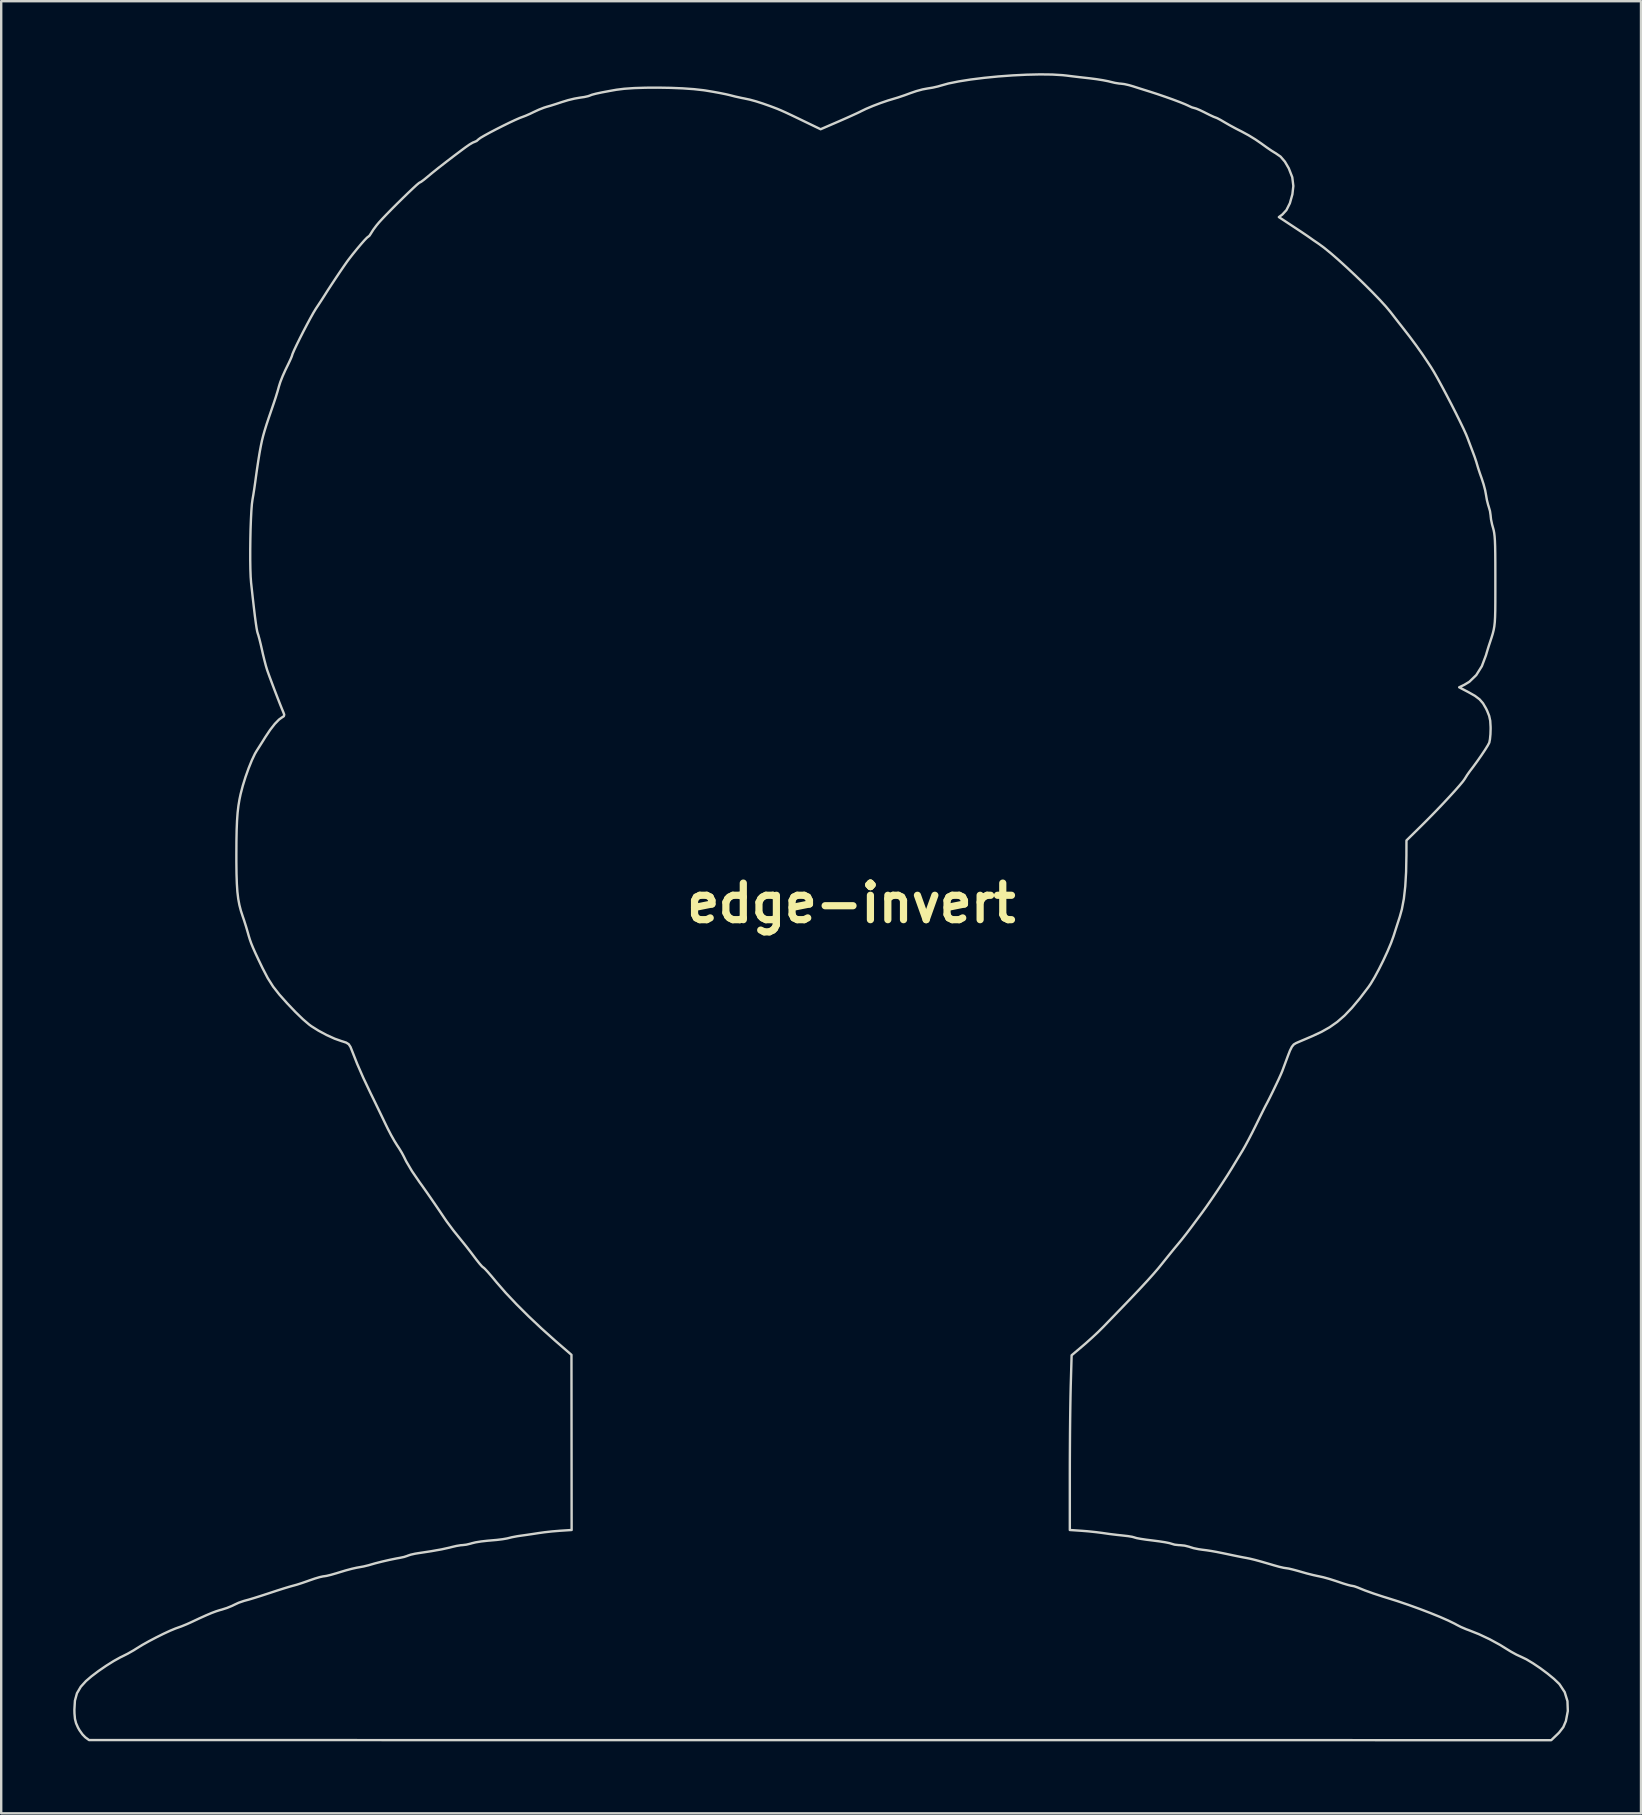
<source format=kicad_pcb>
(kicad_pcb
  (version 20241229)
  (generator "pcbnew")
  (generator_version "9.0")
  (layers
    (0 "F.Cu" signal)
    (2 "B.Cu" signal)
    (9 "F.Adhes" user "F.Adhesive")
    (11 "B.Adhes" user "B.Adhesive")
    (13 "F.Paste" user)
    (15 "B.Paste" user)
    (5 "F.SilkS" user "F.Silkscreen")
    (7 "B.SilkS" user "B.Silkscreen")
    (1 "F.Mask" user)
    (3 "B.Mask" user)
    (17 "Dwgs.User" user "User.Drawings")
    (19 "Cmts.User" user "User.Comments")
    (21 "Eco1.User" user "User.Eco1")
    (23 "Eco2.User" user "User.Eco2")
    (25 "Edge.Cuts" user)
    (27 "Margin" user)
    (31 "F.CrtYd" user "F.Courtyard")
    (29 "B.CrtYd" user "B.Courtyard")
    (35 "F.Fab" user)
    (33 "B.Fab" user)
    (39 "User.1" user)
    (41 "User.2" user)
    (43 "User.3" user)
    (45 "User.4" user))
  (footprint "edge-invert"
    (layer "F.Cu")
    (at 32.425 34.586)
    (property "Reference" "edge-invert" (at 0 0 0) (layer "F.SilkS") (effects (font (size 1.524 1.524) (thickness 0.3))))
    (attr board_only exclude_from_pos_files exclude_from_bom)
    (fp_poly (pts (xy 8.372 -34.53) (xy 8.808 -34.504) (xy 8.966 -34.487) (xy 9.207 -34.457) (xy 9.508 -34.421) (xy 9.817 -34.386) (xy 9.928 -34.374) (xy 10.209 -34.338) (xy 10.484 -34.294) (xy 10.709 -34.25) (xy 10.785 -34.231) (xy 10.986 -34.183) (xy 11.168 -34.154) (xy 11.238 -34.149) (xy 11.379 -34.132) (xy 11.577 -34.087) (xy 11.738 -34.04) (xy 11.987 -33.96) (xy 12.269 -33.871) (xy 12.445 -33.816) (xy 12.757 -33.715) (xy 13.084 -33.603) (xy 13.402 -33.49) (xy 13.686 -33.383) (xy 13.912 -33.292) (xy 14.056 -33.227) (xy 14.058 -33.225) (xy 14.195 -33.162) (xy 14.297 -33.133) (xy 14.301 -33.133) (xy 14.384 -33.108) (xy 14.536 -33.043) (xy 14.727 -32.951) (xy 14.757 -32.935) (xy 14.946 -32.841) (xy 15.096 -32.771) (xy 15.18 -32.739) (xy 15.185 -32.738) (xy 15.254 -32.71) (xy 15.388 -32.639) (xy 15.554 -32.542) (xy 15.773 -32.416) (xy 16.037 -32.273) (xy 16.292 -32.143) (xy 16.297 -32.14) (xy 16.557 -31.999) (xy 16.844 -31.823) (xy 17.099 -31.648) (xy 17.112 -31.638) (xy 17.316 -31.491) (xy 17.506 -31.361) (xy 17.65 -31.271) (xy 17.678 -31.256) (xy 17.889 -31.11) (xy 18.071 -30.899) (xy 18.233 -30.621) (xy 18.378 -30.25) (xy 18.423 -29.886) (xy 18.383 -29.537) (xy 18.278 -29.166) (xy 18.134 -28.88) (xy 17.963 -28.694) (xy 17.82 -28.589) (xy 18.004 -28.469) (xy 18.423 -28.193) (xy 18.75 -27.977) (xy 18.984 -27.819) (xy 19.121 -27.724) (xy 19.257 -27.627) (xy 19.43 -27.51) (xy 19.488 -27.47) (xy 19.705 -27.311) (xy 19.983 -27.084) (xy 20.305 -26.804) (xy 20.655 -26.486) (xy 21.019 -26.145) (xy 21.379 -25.797) (xy 21.72 -25.457) (xy 22.026 -25.14) (xy 22.281 -24.861) (xy 22.467 -24.638) (xy 22.626 -24.433) (xy 22.807 -24.2) (xy 22.925 -24.051) (xy 23.26 -23.62) (xy 23.547 -23.234) (xy 23.815 -22.855) (xy 24.089 -22.444) (xy 24.163 -22.331) (xy 24.283 -22.134) (xy 24.437 -21.863) (xy 24.615 -21.536) (xy 24.808 -21.173) (xy 25.005 -20.795) (xy 25.195 -20.421) (xy 25.369 -20.07) (xy 25.517 -19.763) (xy 25.627 -19.52) (xy 25.68 -19.389) (xy 25.764 -19.165) (xy 25.859 -18.913) (xy 25.904 -18.796) (xy 25.982 -18.586) (xy 26.049 -18.384) (xy 26.077 -18.288) (xy 26.123 -18.134) (xy 26.193 -17.921) (xy 26.273 -17.695) (xy 26.352 -17.452) (xy 26.417 -17.204) (xy 26.451 -17.018) (xy 26.489 -16.799) (xy 26.543 -16.585) (xy 26.564 -16.523) (xy 26.618 -16.336) (xy 26.644 -16.156) (xy 26.645 -16.137) (xy 26.662 -15.985) (xy 26.705 -15.781) (xy 26.744 -15.644) (xy 26.771 -15.543) (xy 26.793 -15.428) (xy 26.81 -15.286) (xy 26.823 -15.103) (xy 26.832 -14.867) (xy 26.837 -14.563) (xy 26.84 -14.18) (xy 26.841 -13.703) (xy 26.841 -13.434) (xy 26.841 -12.925) (xy 26.84 -12.514) (xy 26.837 -12.185) (xy 26.83 -11.923) (xy 26.818 -11.712) (xy 26.799 -11.536) (xy 26.771 -11.382) (xy 26.734 -11.233) (xy 26.685 -11.073) (xy 26.624 -10.888) (xy 26.579 -10.753) (xy 26.527 -10.589) (xy 26.467 -10.389) (xy 26.45 -10.329) (xy 26.278 -9.873) (xy 26.045 -9.502) (xy 25.756 -9.223) (xy 25.549 -9.098) (xy 25.334 -8.994) (xy 25.721 -8.791) (xy 25.991 -8.638) (xy 26.183 -8.493) (xy 26.327 -8.327) (xy 26.452 -8.112) (xy 26.499 -8.015) (xy 26.583 -7.805) (xy 26.628 -7.598) (xy 26.643 -7.344) (xy 26.644 -7.271) (xy 26.637 -7.039) (xy 26.617 -6.832) (xy 26.59 -6.693) (xy 26.587 -6.685) (xy 26.527 -6.572) (xy 26.414 -6.39) (xy 26.263 -6.164) (xy 26.089 -5.915) (xy 25.907 -5.666) (xy 25.786 -5.508) (xy 25.671 -5.346) (xy 25.572 -5.187) (xy 25.572 -5.186) (xy 25.494 -5.076) (xy 25.348 -4.901) (xy 25.145 -4.671) (xy 24.898 -4.401) (xy 24.619 -4.103) (xy 24.318 -3.789) (xy 24.009 -3.474) (xy 23.717 -3.183) (xy 23.137 -2.613) (xy 23.135 -1.998) (xy 23.122 -1.299) (xy 23.087 -0.698) (xy 23.029 -0.184) (xy 22.946 0.255) (xy 22.86 0.564) (xy 22.773 0.832) (xy 22.688 1.095) (xy 22.619 1.312) (xy 22.596 1.383) (xy 22.491 1.672) (xy 22.346 2.015) (xy 22.175 2.383) (xy 21.992 2.749) (xy 21.812 3.084) (xy 21.648 3.359) (xy 21.561 3.487) (xy 21.195 3.967) (xy 20.866 4.361) (xy 20.557 4.685) (xy 20.253 4.95) (xy 19.936 5.173) (xy 19.592 5.367) (xy 19.218 5.541) (xy 18.976 5.645) (xy 18.755 5.739) (xy 18.588 5.81) (xy 18.532 5.835) (xy 18.44 5.891) (xy 18.362 5.987) (xy 18.282 6.146) (xy 18.201 6.354) (xy 18.113 6.592) (xy 18.029 6.817) (xy 17.966 6.987) (xy 17.957 7.01) (xy 17.902 7.14) (xy 17.81 7.343) (xy 17.693 7.589) (xy 17.566 7.853) (xy 17.442 8.104) (xy 17.335 8.315) (xy 17.269 8.438) (xy 17.222 8.529) (xy 17.137 8.699) (xy 17.024 8.927) (xy 16.896 9.188) (xy 16.862 9.257) (xy 16.713 9.555) (xy 16.558 9.854) (xy 16.415 10.12) (xy 16.301 10.32) (xy 16.295 10.329) (xy 16.144 10.578) (xy 15.978 10.852) (xy 15.857 11.053) (xy 15.686 11.327) (xy 15.472 11.658) (xy 15.236 12.014) (xy 14.999 12.363) (xy 14.782 12.675) (xy 14.635 12.879) (xy 14.474 13.096) (xy 14.288 13.346) (xy 14.132 13.556) (xy 13.957 13.786) (xy 13.762 14.033) (xy 13.605 14.224) (xy 13.452 14.407) (xy 13.261 14.642) (xy 13.061 14.89) (xy 12.962 15.014) (xy 12.788 15.228) (xy 12.579 15.47) (xy 12.327 15.75) (xy 12.023 16.078) (xy 11.658 16.463) (xy 11.223 16.915) (xy 11.116 17.025) (xy 10.935 17.213) (xy 10.718 17.436) (xy 10.51 17.652) (xy 10.487 17.675) (xy 10.287 17.873) (xy 10.039 18.105) (xy 9.784 18.334) (xy 9.662 18.439) (xy 9.183 18.844) (xy 9.145 20.161) (xy 9.137 20.525) (xy 9.129 20.98) (xy 9.122 21.502) (xy 9.116 22.07) (xy 9.112 22.66) (xy 9.109 23.25) (xy 9.108 23.8) (xy 9.108 26.124) (xy 9.603 26.157) (xy 9.894 26.181) (xy 10.203 26.214) (xy 10.468 26.248) (xy 10.494 26.252) (xy 10.767 26.291) (xy 11.079 26.329) (xy 11.316 26.354) (xy 11.532 26.379) (xy 11.707 26.408) (xy 11.808 26.436) (xy 11.814 26.439) (xy 11.897 26.463) (xy 12.066 26.494) (xy 12.299 26.529) (xy 12.565 26.562) (xy 12.84 26.598) (xy 13.08 26.635) (xy 13.259 26.671) (xy 13.35 26.698) (xy 13.474 26.735) (xy 13.648 26.754) (xy 13.688 26.755) (xy 13.891 26.775) (xy 14.083 26.823) (xy 14.104 26.831) (xy 14.264 26.881) (xy 14.48 26.925) (xy 14.625 26.946) (xy 14.814 26.97) (xy 15.004 26.999) (xy 15.223 27.038) (xy 15.496 27.093) (xy 15.85 27.167) (xy 15.896 27.177) (xy 16.123 27.224) (xy 16.336 27.266) (xy 16.462 27.289) (xy 16.618 27.32) (xy 16.82 27.369) (xy 17.084 27.441) (xy 17.429 27.541) (xy 17.622 27.598) (xy 17.833 27.657) (xy 18.015 27.699) (xy 18.128 27.716) (xy 18.131 27.716) (xy 18.235 27.732) (xy 18.414 27.775) (xy 18.636 27.835) (xy 18.725 27.861) (xy 18.985 27.935) (xy 19.243 28) (xy 19.451 28.046) (xy 19.488 28.053) (xy 19.674 28.094) (xy 19.922 28.163) (xy 20.185 28.247) (xy 20.266 28.274) (xy 20.494 28.351) (xy 20.688 28.41) (xy 20.82 28.444) (xy 20.852 28.448) (xy 20.964 28.47) (xy 21.113 28.523) (xy 21.12 28.527) (xy 21.407 28.643) (xy 21.77 28.773) (xy 22.176 28.906) (xy 22.345 28.958) (xy 22.778 29.094) (xy 23.234 29.249) (xy 23.693 29.415) (xy 24.134 29.584) (xy 24.538 29.748) (xy 24.883 29.9) (xy 25.149 30.03) (xy 25.234 30.077) (xy 25.408 30.166) (xy 25.626 30.259) (xy 25.743 30.302) (xy 26.155 30.465) (xy 26.601 30.675) (xy 27.029 30.908) (xy 27.273 31.059) (xy 27.494 31.195) (xy 27.721 31.319) (xy 27.905 31.404) (xy 27.91 31.406) (xy 28.136 31.514) (xy 28.414 31.681) (xy 28.717 31.885) (xy 29.016 32.108) (xy 29.284 32.328) (xy 29.491 32.526) (xy 29.52 32.559) (xy 29.732 32.883) (xy 29.846 33.257) (xy 29.861 33.668) (xy 29.781 34.086) (xy 29.673 34.34) (xy 29.496 34.568) (xy 29.431 34.633) (xy 29.17 34.883) (xy -1.297 34.881) (xy -31.764 34.879) (xy -31.922 34.762) (xy -32.038 34.643) (xy -32.162 34.469) (xy -32.225 34.358) (xy -32.305 34.177) (xy -32.351 33.996) (xy -32.371 33.772) (xy -32.375 33.615) (xy -32.353 33.237) (xy -32.268 32.928) (xy -32.108 32.656) (xy -31.893 32.42) (xy -31.665 32.224) (xy -31.373 32.003) (xy -31.051 31.782) (xy -30.734 31.583) (xy -30.456 31.429) (xy -30.388 31.397) (xy -30.155 31.28) (xy -29.902 31.136) (xy -29.756 31.044) (xy -29.543 30.913) (xy -29.271 30.761) (xy -28.968 30.602) (xy -28.663 30.45) (xy -28.384 30.321) (xy -28.16 30.228) (xy -28.084 30.201) (xy -27.91 30.139) (xy -27.69 30.049) (xy -27.521 29.973) (xy -27.157 29.802) (xy -26.873 29.674) (xy -26.65 29.58) (xy -26.468 29.512) (xy -26.307 29.461) (xy -26.238 29.443) (xy -26.018 29.373) (xy -25.805 29.286) (xy -25.724 29.246) (xy -25.531 29.156) (xy -25.307 29.079) (xy -25.244 29.062) (xy -25.09 29.02) (xy -24.858 28.95) (xy -24.577 28.861) (xy -24.276 28.763) (xy -24.212 28.742) (xy -23.918 28.645) (xy -23.647 28.559) (xy -23.423 28.491) (xy -23.274 28.449) (xy -23.25 28.443) (xy -23.105 28.403) (xy -22.893 28.335) (xy -22.654 28.252) (xy -22.582 28.226) (xy -22.352 28.147) (xy -22.15 28.087) (xy -22.007 28.056) (xy -21.976 28.053) (xy -21.864 28.036) (xy -21.677 27.99) (xy -21.447 27.924) (xy -21.327 27.887) (xy -21.066 27.808) (xy -20.812 27.74) (xy -20.605 27.694) (xy -20.547 27.684) (xy -20.325 27.644) (xy -20.103 27.59) (xy -20.054 27.575) (xy -19.836 27.512) (xy -19.551 27.44) (xy -19.243 27.369) (xy -18.954 27.31) (xy -18.81 27.284) (xy -18.635 27.247) (xy -18.493 27.2) (xy -18.474 27.191) (xy -18.358 27.152) (xy -18.178 27.112) (xy -18.05 27.091) (xy -17.511 27.009) (xy -17.067 26.93) (xy -16.725 26.854) (xy -16.655 26.835) (xy -16.454 26.788) (xy -16.27 26.758) (xy -16.202 26.754) (xy -16.04 26.735) (xy -15.848 26.688) (xy -15.811 26.676) (xy -15.653 26.638) (xy -15.422 26.601) (xy -15.156 26.571) (xy -15.036 26.561) (xy -14.775 26.538) (xy -14.536 26.509) (xy -14.356 26.478) (xy -14.301 26.465) (xy -14.139 26.425) (xy -13.923 26.384) (xy -13.775 26.362) (xy -13.53 26.328) (xy -13.245 26.286) (xy -13.039 26.254) (xy -12.784 26.218) (xy -12.477 26.184) (xy -12.18 26.159) (xy -12.148 26.156) (xy -11.653 26.124) (xy -11.66 18.824) (xy -12.343 18.232) (xy -12.901 17.733) (xy -13.442 17.223) (xy -13.947 16.72) (xy -14.398 16.243) (xy -14.776 15.809) (xy -14.815 15.762) (xy -14.993 15.548) (xy -15.148 15.369) (xy -15.265 15.243) (xy -15.329 15.185) (xy -15.335 15.184) (xy -15.387 15.141) (xy -15.488 15.027) (xy -15.619 14.863) (xy -15.686 14.774) (xy -15.857 14.548) (xy -16.034 14.319) (xy -16.186 14.129) (xy -16.212 14.098) (xy -16.579 13.643) (xy -16.863 13.262) (xy -16.958 13.123) (xy -17.184 12.787) (xy -17.43 12.428) (xy -17.672 12.078) (xy -17.889 11.77) (xy -17.997 11.621) (xy -18.306 11.17) (xy -18.547 10.762) (xy -18.645 10.563) (xy -18.726 10.41) (xy -18.843 10.217) (xy -18.932 10.083) (xy -19.04 9.909) (xy -19.176 9.668) (xy -19.318 9.395) (xy -19.413 9.2) (xy -19.556 8.901) (xy -19.726 8.549) (xy -19.899 8.192) (xy -20.027 7.93) (xy -20.338 7.275) (xy -20.592 6.694) (xy -20.794 6.181) (xy -20.869 5.993) (xy -20.942 5.881) (xy -21.048 5.813) (xy -21.217 5.758) (xy -21.233 5.754) (xy -21.527 5.65) (xy -21.864 5.497) (xy -22.203 5.315) (xy -22.501 5.128) (xy -22.597 5.057) (xy -22.859 4.832) (xy -23.168 4.532) (xy -23.508 4.175) (xy -23.834 3.809) (xy -24.091 3.482) (xy -24.318 3.124) (xy -24.533 2.711) (xy -24.705 2.353) (xy -24.835 2.076) (xy -24.932 1.858) (xy -25.005 1.68) (xy -25.062 1.519) (xy -25.112 1.357) (xy -25.144 1.242) (xy -25.218 0.988) (xy -25.302 0.722) (xy -25.356 0.564) (xy -25.436 0.321) (xy -25.499 0.079) (xy -25.547 -0.178) (xy -25.582 -0.469) (xy -25.605 -0.811) (xy -25.619 -1.221) (xy -25.625 -1.717) (xy -25.625 -2.023) (xy -25.622 -2.582) (xy -25.613 -3.048) (xy -25.597 -3.436) (xy -25.573 -3.767) (xy -25.539 -4.058) (xy -25.494 -4.327) (xy -25.448 -4.544) (xy -25.358 -4.889) (xy -25.243 -5.259) (xy -25.113 -5.623) (xy -24.979 -5.954) (xy -24.853 -6.22) (xy -24.787 -6.334) (xy -24.647 -6.554) (xy -24.501 -6.785) (xy -24.413 -6.927) (xy -24.217 -7.22) (xy -24.024 -7.468) (xy -23.849 -7.648) (xy -23.737 -7.73) (xy -23.647 -7.788) (xy -23.63 -7.855) (xy -23.675 -7.975) (xy -23.678 -7.98) (xy -23.733 -8.113) (xy -23.818 -8.325) (xy -23.921 -8.59) (xy -24.034 -8.882) (xy -24.144 -9.174) (xy -24.244 -9.441) (xy -24.321 -9.655) (xy -24.34 -9.708) (xy -24.391 -9.876) (xy -24.454 -10.115) (xy -24.52 -10.386) (xy -24.551 -10.527) (xy -24.609 -10.781) (xy -24.665 -11.007) (xy -24.711 -11.173) (xy -24.731 -11.231) (xy -24.754 -11.312) (xy -24.781 -11.451) (xy -24.812 -11.657) (xy -24.85 -11.939) (xy -24.894 -12.307) (xy -24.947 -12.769) (xy -25.009 -13.334) (xy -25.011 -13.349) (xy -25.029 -13.593) (xy -25.041 -13.918) (xy -25.047 -14.301) (xy -25.047 -14.721) (xy -25.042 -15.156) (xy -25.033 -15.586) (xy -25.018 -15.989) (xy -25 -16.343) (xy -24.978 -16.628) (xy -24.952 -16.82) (xy -24.919 -17.01) (xy -24.878 -17.272) (xy -24.836 -17.565) (xy -24.811 -17.752) (xy -24.766 -18.071) (xy -24.715 -18.412) (xy -24.665 -18.722) (xy -24.642 -18.852) (xy -24.6 -19.075) (xy -24.558 -19.275) (xy -24.509 -19.472) (xy -24.448 -19.687) (xy -24.37 -19.939) (xy -24.267 -20.248) (xy -24.134 -20.635) (xy -24.068 -20.828) (xy -23.985 -21.078) (xy -23.907 -21.331) (xy -23.851 -21.532) (xy -23.85 -21.536) (xy -23.792 -21.719) (xy -23.697 -21.96) (xy -23.583 -22.214) (xy -23.543 -22.296) (xy -23.44 -22.507) (xy -23.36 -22.679) (xy -23.314 -22.789) (xy -23.307 -22.814) (xy -23.281 -22.895) (xy -23.211 -23.056) (xy -23.107 -23.276) (xy -22.978 -23.537) (xy -22.835 -23.819) (xy -22.687 -24.102) (xy -22.545 -24.367) (xy -22.418 -24.595) (xy -22.316 -24.764) (xy -22.293 -24.799) (xy -22.155 -25.007) (xy -22.028 -25.202) (xy -21.936 -25.347) (xy -21.925 -25.364) (xy -21.812 -25.543) (xy -21.659 -25.777) (xy -21.486 -26.039) (xy -21.309 -26.303) (xy -21.145 -26.542) (xy -21.013 -26.731) (xy -20.947 -26.821) (xy -20.774 -27.044) (xy -20.595 -27.264) (xy -20.426 -27.465) (xy -20.282 -27.628) (xy -20.177 -27.736) (xy -20.13 -27.771) (xy -20.076 -27.816) (xy -20.005 -27.925) (xy -20 -27.935) (xy -19.916 -28.067) (xy -19.787 -28.239) (xy -19.675 -28.373) (xy -19.539 -28.521) (xy -19.357 -28.711) (xy -19.144 -28.929) (xy -18.914 -29.159) (xy -18.681 -29.388) (xy -18.46 -29.602) (xy -18.266 -29.786) (xy -18.112 -29.928) (xy -18.013 -30.011) (xy -17.985 -30.028) (xy -17.92 -30.063) (xy -17.799 -30.153) (xy -17.659 -30.268) (xy -17.465 -30.43) (xy -17.2 -30.642) (xy -16.886 -30.886) (xy -16.545 -31.147) (xy -16.197 -31.408) (xy -16.074 -31.499) (xy -15.91 -31.613) (xy -15.774 -31.693) (xy -15.701 -31.722) (xy -15.613 -31.76) (xy -15.529 -31.834) (xy -15.448 -31.893) (xy -15.286 -31.988) (xy -15.064 -32.11) (xy -14.804 -32.246) (xy -14.527 -32.386) (xy -14.255 -32.52) (xy -14.009 -32.635) (xy -13.811 -32.722) (xy -13.69 -32.767) (xy -13.564 -32.815) (xy -13.382 -32.895) (xy -13.227 -32.97) (xy -13.016 -33.067) (xy -12.807 -33.149) (xy -12.69 -33.186) (xy -12.528 -33.232) (xy -12.306 -33.302) (xy -12.069 -33.38) (xy -12.054 -33.385) (xy -11.799 -33.463) (xy -11.534 -33.527) (xy -11.319 -33.565) (xy -11.125 -33.593) (xy -10.967 -33.628) (xy -10.905 -33.65) (xy -10.804 -33.689) (xy -10.636 -33.733) (xy -10.389 -33.786) (xy -10.05 -33.849) (xy -9.787 -33.896) (xy -9.458 -33.937) (xy -9.043 -33.966) (xy -8.567 -33.981) (xy -8.055 -33.984) (xy -7.532 -33.975) (xy -7.024 -33.954) (xy -6.557 -33.921) (xy -6.156 -33.876) (xy -6.081 -33.865) (xy -5.775 -33.814) (xy -5.483 -33.761) (xy -5.235 -33.711) (xy -5.066 -33.672) (xy -5.063 -33.671) (xy -4.831 -33.612) (xy -4.572 -33.555) (xy -4.469 -33.535) (xy -4.23 -33.484) (xy -3.977 -33.415) (xy -3.678 -33.319) (xy -3.394 -33.219) (xy -3.225 -33.156) (xy -3.072 -33.097) (xy -2.914 -33.03) (xy -2.729 -32.947) (xy -2.495 -32.837) (xy -2.19 -32.691) (xy -2.046 -32.621) (xy -1.277 -32.25) (xy -0.524 -32.576) (xy -0.241 -32.7) (xy 0.016 -32.815) (xy 0.224 -32.91) (xy 0.359 -32.974) (xy 0.383 -32.987) (xy 0.609 -33.097) (xy 0.902 -33.221) (xy 1.223 -33.343) (xy 1.53 -33.448) (xy 1.697 -33.498) (xy 1.95 -33.574) (xy 2.239 -33.672) (xy 2.461 -33.754) (xy 2.709 -33.839) (xy 2.969 -33.91) (xy 3.168 -33.947) (xy 3.395 -33.984) (xy 3.618 -34.035) (xy 3.705 -34.061) (xy 4.045 -34.156) (xy 4.477 -34.243) (xy 4.981 -34.323) (xy 5.537 -34.392) (xy 6.123 -34.45) (xy 6.721 -34.494) (xy 7.308 -34.523) (xy 7.866 -34.536)) (stroke (width 0.1) (type solid)) (fill no) (layer "Edge.Cuts")))
  (gr_rect
    (start -3 -3)
    (end 65.336 72.518)
    (stroke (width 0.1) (type default))
    (fill no)
    (layer "Edge.Cuts")))
</source>
